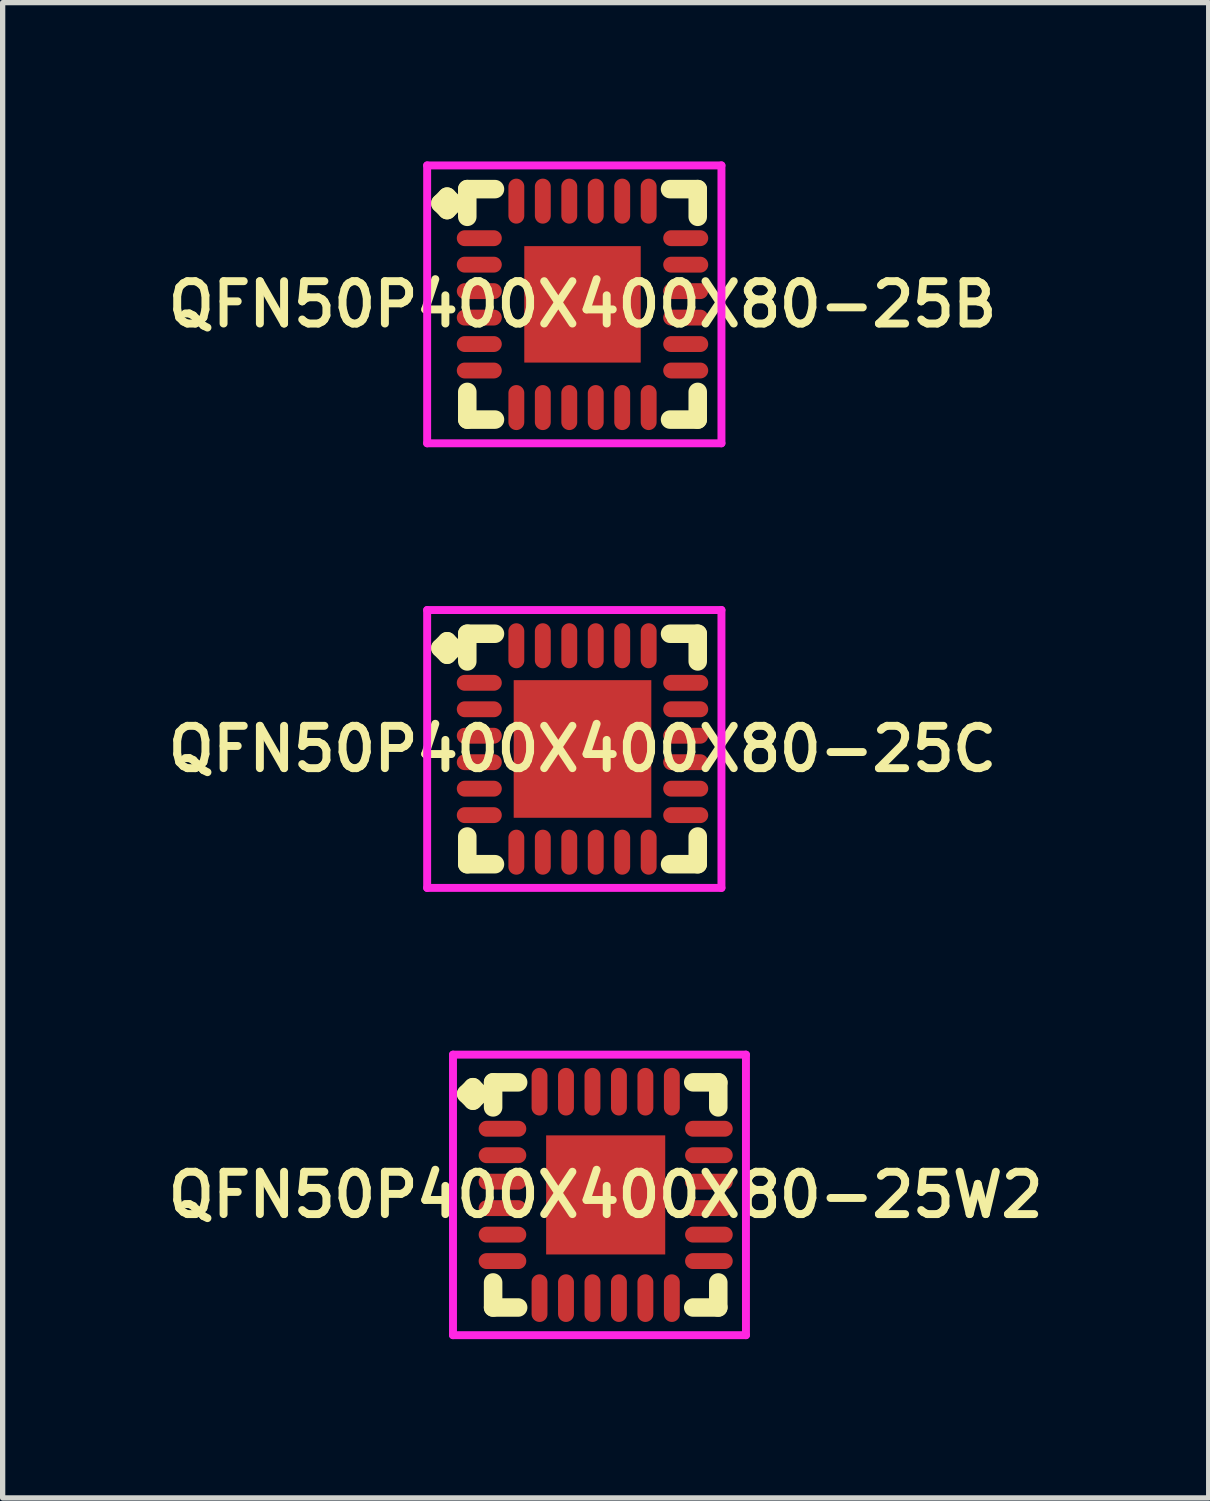
<source format=kicad_pcb>
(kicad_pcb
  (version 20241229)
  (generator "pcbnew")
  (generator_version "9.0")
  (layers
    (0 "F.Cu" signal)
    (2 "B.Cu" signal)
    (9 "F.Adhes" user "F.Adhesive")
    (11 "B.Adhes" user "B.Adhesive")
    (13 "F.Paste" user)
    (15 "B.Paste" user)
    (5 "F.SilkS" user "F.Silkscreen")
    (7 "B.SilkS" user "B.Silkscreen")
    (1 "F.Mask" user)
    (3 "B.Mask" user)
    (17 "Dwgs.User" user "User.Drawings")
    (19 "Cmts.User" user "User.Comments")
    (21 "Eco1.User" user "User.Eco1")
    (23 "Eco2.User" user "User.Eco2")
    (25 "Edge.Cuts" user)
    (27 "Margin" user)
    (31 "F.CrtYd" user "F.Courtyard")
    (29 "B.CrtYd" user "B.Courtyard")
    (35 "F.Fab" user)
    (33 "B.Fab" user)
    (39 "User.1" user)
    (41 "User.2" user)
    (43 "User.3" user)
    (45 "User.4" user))
  (footprint "QFN50P400X400X80-25B"
    (layer "F.Cu")
    (at 7.955 2.7)
    (property "Reference" "QFN50P400X400X80-25B" (at 0 0 0) (layer "F.SilkS") (effects (font (size 0.8 0.8) (thickness 0.15))))
    (attr smd)
    (fp_line (start -2.685 -1.908) (end -2.558 -2.035) (stroke (width 0.35) (type solid)) (layer "F.SilkS"))
    (fp_line (start -2.558 -2.035) (end -2.431 -1.908) (stroke (width 0.35) (type solid)) (layer "F.SilkS"))
    (fp_line (start -2.558 -1.781) (end -2.685 -1.908) (stroke (width 0.35) (type solid)) (layer "F.SilkS"))
    (fp_line (start -2.431 -1.908) (end -2.558 -1.781) (stroke (width 0.35) (type solid)) (layer "F.SilkS"))
    (fp_line (start -2.177 -2.177) (end -1.654 -2.177) (stroke (width 0.35) (type solid)) (layer "F.SilkS"))
    (fp_line (start -2.177 -1.654) (end -2.177 -2.177) (stroke (width 0.35) (type solid)) (layer "F.SilkS"))
    (fp_line (start -2.177 1.654) (end -2.177 2.177) (stroke (width 0.35) (type solid)) (layer "F.SilkS"))
    (fp_line (start -2.177 2.177) (end -1.654 2.177) (stroke (width 0.35) (type solid)) (layer "F.SilkS"))
    (fp_line (start 1.654 -2.177) (end 2.177 -2.177) (stroke (width 0.35) (type solid)) (layer "F.SilkS"))
    (fp_line (start 1.654 2.177) (end 2.177 2.177) (stroke (width 0.35) (type solid)) (layer "F.SilkS"))
    (fp_line (start 2.177 -2.177) (end 2.177 -1.654) (stroke (width 0.35) (type solid)) (layer "F.SilkS"))
    (fp_line (start 2.177 2.177) (end 2.177 1.654) (stroke (width 0.35) (type solid)) (layer "F.SilkS"))
    (fp_line (start -2.935 -2.625) (end 2.625 -2.625) (stroke (width 0.15) (type solid)) (layer "F.CrtYd"))
    (fp_line (start -2.935 2.625) (end -2.935 -2.625) (stroke (width 0.15) (type solid)) (layer "F.CrtYd"))
    (fp_line (start 2.625 -2.625) (end 2.625 2.625) (stroke (width 0.15) (type solid)) (layer "F.CrtYd"))
    (fp_line (start 2.625 2.625) (end -2.935 2.625) (stroke (width 0.15) (type solid)) (layer "F.CrtYd"))
    (pad "1" smd oval (at -1.95 -1.25) (size 0.85 0.3) (layers "F.Cu" "F.Mask" "F.Paste"))
    (pad "2" smd oval (at -1.95 -0.75) (size 0.85 0.3) (layers "F.Cu" "F.Mask" "F.Paste"))
    (pad "3" smd oval (at -1.95 -0.25) (size 0.85 0.3) (layers "F.Cu" "F.Mask" "F.Paste"))
    (pad "4" smd oval (at -1.95 0.25) (size 0.85 0.3) (layers "F.Cu" "F.Mask" "F.Paste"))
    (pad "5" smd oval (at -1.95 0.75) (size 0.85 0.3) (layers "F.Cu" "F.Mask" "F.Paste"))
    (pad "6" smd oval (at -1.95 1.25) (size 0.85 0.3) (layers "F.Cu" "F.Mask" "F.Paste"))
    (pad "7" smd oval (at -1.25 1.95) (size 0.3 0.85) (layers "F.Cu" "F.Mask" "F.Paste"))
    (pad "8" smd oval (at -0.75 1.95) (size 0.3 0.85) (layers "F.Cu" "F.Mask" "F.Paste"))
    (pad "9" smd oval (at -0.25 1.95) (size 0.3 0.85) (layers "F.Cu" "F.Mask" "F.Paste"))
    (pad "10" smd oval (at 0.25 1.95) (size 0.3 0.85) (layers "F.Cu" "F.Mask" "F.Paste"))
    (pad "11" smd oval (at 0.75 1.95) (size 0.3 0.85) (layers "F.Cu" "F.Mask" "F.Paste"))
    (pad "12" smd oval (at 1.25 1.95) (size 0.3 0.85) (layers "F.Cu" "F.Mask" "F.Paste"))
    (pad "13" smd oval (at 1.95 1.25) (size 0.85 0.3) (layers "F.Cu" "F.Mask" "F.Paste"))
    (pad "14" smd oval (at 1.95 0.75) (size 0.85 0.3) (layers "F.Cu" "F.Mask" "F.Paste"))
    (pad "15" smd oval (at 1.95 0.25) (size 0.85 0.3) (layers "F.Cu" "F.Mask" "F.Paste"))
    (pad "16" smd oval (at 1.95 -0.25) (size 0.85 0.3) (layers "F.Cu" "F.Mask" "F.Paste"))
    (pad "17" smd oval (at 1.95 -0.75) (size 0.85 0.3) (layers "F.Cu" "F.Mask" "F.Paste"))
    (pad "18" smd oval (at 1.95 -1.25) (size 0.85 0.3) (layers "F.Cu" "F.Mask" "F.Paste"))
    (pad "19" smd oval (at 1.25 -1.95) (size 0.3 0.85) (layers "F.Cu" "F.Mask" "F.Paste"))
    (pad "20" smd oval (at 0.75 -1.95) (size 0.3 0.85) (layers "F.Cu" "F.Mask" "F.Paste"))
    (pad "21" smd oval (at 0.25 -1.95) (size 0.3 0.85) (layers "F.Cu" "F.Mask" "F.Paste"))
    (pad "22" smd oval (at -0.25 -1.95) (size 0.3 0.85) (layers "F.Cu" "F.Mask" "F.Paste"))
    (pad "23" smd oval (at -0.75 -1.95) (size 0.3 0.85) (layers "F.Cu" "F.Mask" "F.Paste"))
    (pad "24" smd oval (at -1.25 -1.95) (size 0.3 0.85) (layers "F.Cu" "F.Mask" "F.Paste"))
    (pad "25" smd rect (at 0 0) (size 2.2 2.2) (layers "F.Cu" "F.Mask" "F.Paste")))
  (footprint "QFN50P400X400X80-25C"
    (layer "F.Cu")
    (at 7.955 11.1)
    (property "Reference" "QFN50P400X400X80-25C" (at 0 0 0) (layer "F.SilkS") (effects (font (size 0.8 0.8) (thickness 0.15))))
    (attr smd)
    (fp_line (start -2.685 -1.908) (end -2.558 -2.035) (stroke (width 0.35) (type solid)) (layer "F.SilkS"))
    (fp_line (start -2.558 -2.035) (end -2.431 -1.908) (stroke (width 0.35) (type solid)) (layer "F.SilkS"))
    (fp_line (start -2.558 -1.781) (end -2.685 -1.908) (stroke (width 0.35) (type solid)) (layer "F.SilkS"))
    (fp_line (start -2.431 -1.908) (end -2.558 -1.781) (stroke (width 0.35) (type solid)) (layer "F.SilkS"))
    (fp_line (start -2.177 -2.177) (end -1.654 -2.177) (stroke (width 0.35) (type solid)) (layer "F.SilkS"))
    (fp_line (start -2.177 -1.654) (end -2.177 -2.177) (stroke (width 0.35) (type solid)) (layer "F.SilkS"))
    (fp_line (start -2.177 1.654) (end -2.177 2.177) (stroke (width 0.35) (type solid)) (layer "F.SilkS"))
    (fp_line (start -2.177 2.177) (end -1.654 2.177) (stroke (width 0.35) (type solid)) (layer "F.SilkS"))
    (fp_line (start 1.654 -2.177) (end 2.177 -2.177) (stroke (width 0.35) (type solid)) (layer "F.SilkS"))
    (fp_line (start 1.654 2.177) (end 2.177 2.177) (stroke (width 0.35) (type solid)) (layer "F.SilkS"))
    (fp_line (start 2.177 -2.177) (end 2.177 -1.654) (stroke (width 0.35) (type solid)) (layer "F.SilkS"))
    (fp_line (start 2.177 2.177) (end 2.177 1.654) (stroke (width 0.35) (type solid)) (layer "F.SilkS"))
    (fp_line (start -2.935 -2.625) (end 2.625 -2.625) (stroke (width 0.15) (type solid)) (layer "F.CrtYd"))
    (fp_line (start -2.935 2.625) (end -2.935 -2.625) (stroke (width 0.15) (type solid)) (layer "F.CrtYd"))
    (fp_line (start 2.625 -2.625) (end 2.625 2.625) (stroke (width 0.15) (type solid)) (layer "F.CrtYd"))
    (fp_line (start 2.625 2.625) (end -2.935 2.625) (stroke (width 0.15) (type solid)) (layer "F.CrtYd"))
    (pad "1" smd oval (at -1.95 -1.25) (size 0.85 0.3) (layers "F.Cu" "F.Mask" "F.Paste"))
    (pad "2" smd oval (at -1.95 -0.75) (size 0.85 0.3) (layers "F.Cu" "F.Mask" "F.Paste"))
    (pad "3" smd oval (at -1.95 -0.25) (size 0.85 0.3) (layers "F.Cu" "F.Mask" "F.Paste"))
    (pad "4" smd oval (at -1.95 0.25) (size 0.85 0.3) (layers "F.Cu" "F.Mask" "F.Paste"))
    (pad "5" smd oval (at -1.95 0.75) (size 0.85 0.3) (layers "F.Cu" "F.Mask" "F.Paste"))
    (pad "6" smd oval (at -1.95 1.25) (size 0.85 0.3) (layers "F.Cu" "F.Mask" "F.Paste"))
    (pad "7" smd oval (at -1.25 1.95) (size 0.3 0.85) (layers "F.Cu" "F.Mask" "F.Paste"))
    (pad "8" smd oval (at -0.75 1.95) (size 0.3 0.85) (layers "F.Cu" "F.Mask" "F.Paste"))
    (pad "9" smd oval (at -0.25 1.95) (size 0.3 0.85) (layers "F.Cu" "F.Mask" "F.Paste"))
    (pad "10" smd oval (at 0.25 1.95) (size 0.3 0.85) (layers "F.Cu" "F.Mask" "F.Paste"))
    (pad "11" smd oval (at 0.75 1.95) (size 0.3 0.85) (layers "F.Cu" "F.Mask" "F.Paste"))
    (pad "12" smd oval (at 1.25 1.95) (size 0.3 0.85) (layers "F.Cu" "F.Mask" "F.Paste"))
    (pad "13" smd oval (at 1.95 1.25) (size 0.85 0.3) (layers "F.Cu" "F.Mask" "F.Paste"))
    (pad "14" smd oval (at 1.95 0.75) (size 0.85 0.3) (layers "F.Cu" "F.Mask" "F.Paste"))
    (pad "15" smd oval (at 1.95 0.25) (size 0.85 0.3) (layers "F.Cu" "F.Mask" "F.Paste"))
    (pad "16" smd oval (at 1.95 -0.25) (size 0.85 0.3) (layers "F.Cu" "F.Mask" "F.Paste"))
    (pad "17" smd oval (at 1.95 -0.75) (size 0.85 0.3) (layers "F.Cu" "F.Mask" "F.Paste"))
    (pad "18" smd oval (at 1.95 -1.25) (size 0.85 0.3) (layers "F.Cu" "F.Mask" "F.Paste"))
    (pad "19" smd oval (at 1.25 -1.95) (size 0.3 0.85) (layers "F.Cu" "F.Mask" "F.Paste"))
    (pad "20" smd oval (at 0.75 -1.95) (size 0.3 0.85) (layers "F.Cu" "F.Mask" "F.Paste"))
    (pad "21" smd oval (at 0.25 -1.95) (size 0.3 0.85) (layers "F.Cu" "F.Mask" "F.Paste"))
    (pad "22" smd oval (at -0.25 -1.95) (size 0.3 0.85) (layers "F.Cu" "F.Mask" "F.Paste"))
    (pad "23" smd oval (at -0.75 -1.95) (size 0.3 0.85) (layers "F.Cu" "F.Mask" "F.Paste"))
    (pad "24" smd oval (at -1.25 -1.95) (size 0.3 0.85) (layers "F.Cu" "F.Mask" "F.Paste"))
    (pad "25" smd rect (at 0 0) (size 2.6 2.6) (layers "F.Cu" "F.Mask" "F.Paste")))
  (footprint "QFN50P400X400X80-25W2"
    (layer "F.Cu")
    (at 8.393 19.525)
    (property "Reference" "QFN50P400X400X80-25W2" (at 0 0 0) (layer "F.SilkS") (effects (font (size 0.8 0.8) (thickness 0.15))))
    (attr smd)
    (fp_line (start -2.635 -1.908) (end -2.508 -2.035) (stroke (width 0.35) (type solid)) (layer "F.SilkS"))
    (fp_line (start -2.508 -2.035) (end -2.381 -1.908) (stroke (width 0.35) (type solid)) (layer "F.SilkS"))
    (fp_line (start -2.508 -1.781) (end -2.635 -1.908) (stroke (width 0.35) (type solid)) (layer "F.SilkS"))
    (fp_line (start -2.381 -1.908) (end -2.508 -1.781) (stroke (width 0.35) (type solid)) (layer "F.SilkS"))
    (fp_line (start -2.127 -2.127) (end -1.654 -2.127) (stroke (width 0.35) (type solid)) (layer "F.SilkS"))
    (fp_line (start -2.127 -1.654) (end -2.127 -2.127) (stroke (width 0.35) (type solid)) (layer "F.SilkS"))
    (fp_line (start -2.127 1.654) (end -2.127 2.127) (stroke (width 0.35) (type solid)) (layer "F.SilkS"))
    (fp_line (start -2.127 2.127) (end -1.654 2.127) (stroke (width 0.35) (type solid)) (layer "F.SilkS"))
    (fp_line (start 1.654 -2.127) (end 2.127 -2.127) (stroke (width 0.35) (type solid)) (layer "F.SilkS"))
    (fp_line (start 1.654 2.127) (end 2.127 2.127) (stroke (width 0.35) (type solid)) (layer "F.SilkS"))
    (fp_line (start 2.127 -2.127) (end 2.127 -1.654) (stroke (width 0.35) (type solid)) (layer "F.SilkS"))
    (fp_line (start 2.127 2.127) (end 2.127 1.654) (stroke (width 0.35) (type solid)) (layer "F.SilkS"))
    (fp_line (start -2.885 -2.65) (end 2.65 -2.65) (stroke (width 0.15) (type solid)) (layer "F.CrtYd"))
    (fp_line (start -2.885 2.65) (end -2.885 -2.65) (stroke (width 0.15) (type solid)) (layer "F.CrtYd"))
    (fp_line (start 2.65 -2.65) (end 2.65 2.65) (stroke (width 0.15) (type solid)) (layer "F.CrtYd"))
    (fp_line (start 2.65 2.65) (end -2.885 2.65) (stroke (width 0.15) (type solid)) (layer "F.CrtYd"))
    (pad "1" smd oval (at -1.95 -1.25) (size 0.9 0.3) (layers "F.Cu" "F.Mask" "F.Paste"))
    (pad "2" smd oval (at -1.95 -0.75) (size 0.9 0.3) (layers "F.Cu" "F.Mask" "F.Paste"))
    (pad "3" smd oval (at -1.95 -0.25) (size 0.9 0.3) (layers "F.Cu" "F.Mask" "F.Paste"))
    (pad "4" smd oval (at -1.95 0.25) (size 0.9 0.3) (layers "F.Cu" "F.Mask" "F.Paste"))
    (pad "5" smd oval (at -1.95 0.75) (size 0.9 0.3) (layers "F.Cu" "F.Mask" "F.Paste"))
    (pad "6" smd oval (at -1.95 1.25) (size 0.9 0.3) (layers "F.Cu" "F.Mask" "F.Paste"))
    (pad "7" smd oval (at -1.25 1.95) (size 0.3 0.9) (layers "F.Cu" "F.Mask" "F.Paste"))
    (pad "8" smd oval (at -0.75 1.95) (size 0.3 0.9) (layers "F.Cu" "F.Mask" "F.Paste"))
    (pad "9" smd oval (at -0.25 1.95) (size 0.3 0.9) (layers "F.Cu" "F.Mask" "F.Paste"))
    (pad "10" smd oval (at 0.25 1.95) (size 0.3 0.9) (layers "F.Cu" "F.Mask" "F.Paste"))
    (pad "11" smd oval (at 0.75 1.95) (size 0.3 0.9) (layers "F.Cu" "F.Mask" "F.Paste"))
    (pad "12" smd oval (at 1.25 1.95) (size 0.3 0.9) (layers "F.Cu" "F.Mask" "F.Paste"))
    (pad "13" smd oval (at 1.95 1.25) (size 0.9 0.3) (layers "F.Cu" "F.Mask" "F.Paste"))
    (pad "14" smd oval (at 1.95 0.75) (size 0.9 0.3) (layers "F.Cu" "F.Mask" "F.Paste"))
    (pad "15" smd oval (at 1.95 0.25) (size 0.9 0.3) (layers "F.Cu" "F.Mask" "F.Paste"))
    (pad "16" smd oval (at 1.95 -0.25) (size 0.9 0.3) (layers "F.Cu" "F.Mask" "F.Paste"))
    (pad "17" smd oval (at 1.95 -0.75) (size 0.9 0.3) (layers "F.Cu" "F.Mask" "F.Paste"))
    (pad "18" smd oval (at 1.95 -1.25) (size 0.9 0.3) (layers "F.Cu" "F.Mask" "F.Paste"))
    (pad "19" smd oval (at 1.25 -1.95) (size 0.3 0.9) (layers "F.Cu" "F.Mask" "F.Paste"))
    (pad "20" smd oval (at 0.75 -1.95) (size 0.3 0.9) (layers "F.Cu" "F.Mask" "F.Paste"))
    (pad "21" smd oval (at 0.25 -1.95) (size 0.3 0.9) (layers "F.Cu" "F.Mask" "F.Paste"))
    (pad "22" smd oval (at -0.25 -1.95) (size 0.3 0.9) (layers "F.Cu" "F.Mask" "F.Paste"))
    (pad "23" smd oval (at -0.75 -1.95) (size 0.3 0.9) (layers "F.Cu" "F.Mask" "F.Paste"))
    (pad "24" smd oval (at -1.25 -1.95) (size 0.3 0.9) (layers "F.Cu" "F.Mask" "F.Paste"))
    (pad "25" smd rect (at 0 0) (size 2.25 2.25) (layers "F.Cu" "F.Mask" "F.Paste")))
  (gr_rect
    (start -3 -3)
    (end 19.785 25.25)
    (stroke (width 0.1) (type default))
    (fill no)
    (layer "Edge.Cuts")))
</source>
